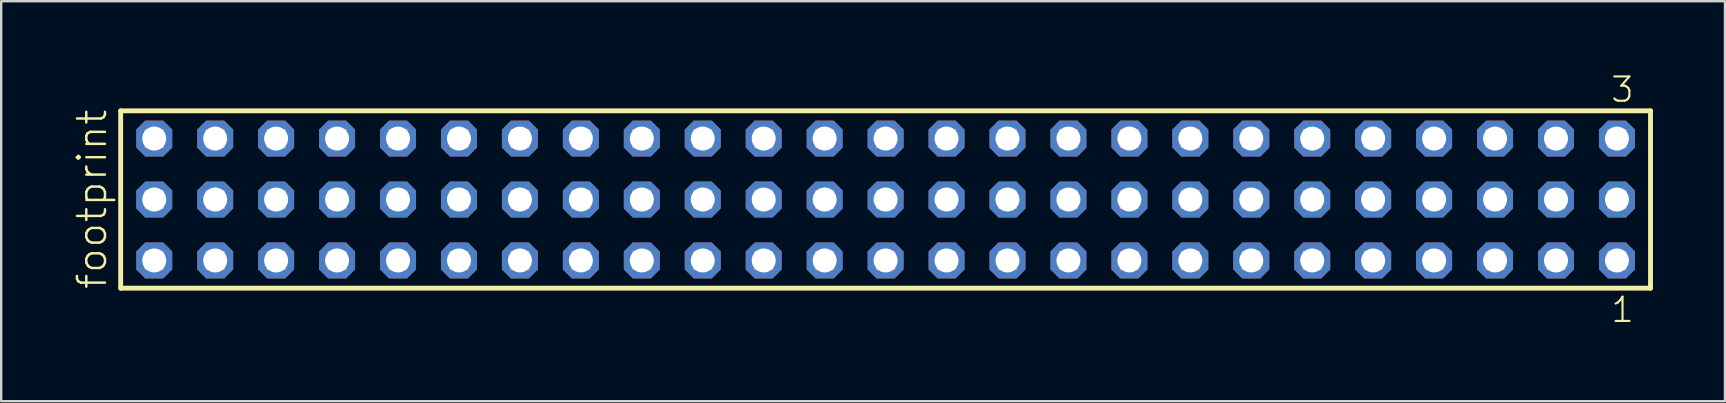
<source format=kicad_pcb>
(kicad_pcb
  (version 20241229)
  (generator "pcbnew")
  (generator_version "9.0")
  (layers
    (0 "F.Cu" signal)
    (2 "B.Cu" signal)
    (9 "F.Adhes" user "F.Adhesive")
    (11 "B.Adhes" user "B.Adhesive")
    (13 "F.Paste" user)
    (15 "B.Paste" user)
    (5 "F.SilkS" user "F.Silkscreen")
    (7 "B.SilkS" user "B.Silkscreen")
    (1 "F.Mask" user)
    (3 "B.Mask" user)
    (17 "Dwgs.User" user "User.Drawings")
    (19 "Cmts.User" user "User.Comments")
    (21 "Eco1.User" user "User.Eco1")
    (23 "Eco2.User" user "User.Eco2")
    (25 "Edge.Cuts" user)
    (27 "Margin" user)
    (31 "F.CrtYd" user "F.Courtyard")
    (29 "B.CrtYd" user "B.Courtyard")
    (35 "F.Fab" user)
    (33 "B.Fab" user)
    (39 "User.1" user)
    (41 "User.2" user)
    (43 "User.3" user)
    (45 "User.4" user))
  (footprint "footprint"
    (layer "F.Cu")
    (at 33.858 5.265)
    (property "Reference" "footprint" (at -32.385 3.81 90) (layer "F.SilkS") (effects (font (size 1.168 1.168) (thickness 0.102)) (justify left bottom)))
    (fp_line (start -31.879 -3.695) (end 31.879 -3.695) (stroke (width 0.203) (type solid)) (layer "F.SilkS"))
    (fp_line (start -31.879 3.695) (end -31.879 -3.695) (stroke (width 0.203) (type solid)) (layer "F.SilkS"))
    (fp_line (start 31.879 -3.695) (end 31.879 3.695) (stroke (width 0.203) (type solid)) (layer "F.SilkS"))
    (fp_line (start 31.879 3.695) (end -31.879 3.695) (stroke (width 0.203) (type solid)) (layer "F.SilkS"))
    (fp_poly (pts (xy -30.83 -2.19) (xy -30.13 -2.19) (xy -30.13 -2.89) (xy -30.83 -2.89)) (stroke (width 0.1) (type solid)) (fill no) (layer "F.Fab"))
    (fp_poly (pts (xy -30.83 0.35) (xy -30.13 0.35) (xy -30.13 -0.35) (xy -30.83 -0.35)) (stroke (width 0.1) (type solid)) (fill no) (layer "F.Fab"))
    (fp_poly (pts (xy -30.83 2.89) (xy -30.13 2.89) (xy -30.13 2.19) (xy -30.83 2.19)) (stroke (width 0.1) (type solid)) (fill no) (layer "F.Fab"))
    (fp_poly (pts (xy -28.29 -2.19) (xy -27.59 -2.19) (xy -27.59 -2.89) (xy -28.29 -2.89)) (stroke (width 0.1) (type solid)) (fill no) (layer "F.Fab"))
    (fp_poly (pts (xy -28.29 0.35) (xy -27.59 0.35) (xy -27.59 -0.35) (xy -28.29 -0.35)) (stroke (width 0.1) (type solid)) (fill no) (layer "F.Fab"))
    (fp_poly (pts (xy -28.29 2.89) (xy -27.59 2.89) (xy -27.59 2.19) (xy -28.29 2.19)) (stroke (width 0.1) (type solid)) (fill no) (layer "F.Fab"))
    (fp_poly (pts (xy -25.75 -2.19) (xy -25.05 -2.19) (xy -25.05 -2.89) (xy -25.75 -2.89)) (stroke (width 0.1) (type solid)) (fill no) (layer "F.Fab"))
    (fp_poly (pts (xy -25.75 0.35) (xy -25.05 0.35) (xy -25.05 -0.35) (xy -25.75 -0.35)) (stroke (width 0.1) (type solid)) (fill no) (layer "F.Fab"))
    (fp_poly (pts (xy -25.75 2.89) (xy -25.05 2.89) (xy -25.05 2.19) (xy -25.75 2.19)) (stroke (width 0.1) (type solid)) (fill no) (layer "F.Fab"))
    (fp_poly (pts (xy -23.21 -2.19) (xy -22.51 -2.19) (xy -22.51 -2.89) (xy -23.21 -2.89)) (stroke (width 0.1) (type solid)) (fill no) (layer "F.Fab"))
    (fp_poly (pts (xy -23.21 0.35) (xy -22.51 0.35) (xy -22.51 -0.35) (xy -23.21 -0.35)) (stroke (width 0.1) (type solid)) (fill no) (layer "F.Fab"))
    (fp_poly (pts (xy -23.21 2.89) (xy -22.51 2.89) (xy -22.51 2.19) (xy -23.21 2.19)) (stroke (width 0.1) (type solid)) (fill no) (layer "F.Fab"))
    (fp_poly (pts (xy -20.67 -2.19) (xy -19.97 -2.19) (xy -19.97 -2.89) (xy -20.67 -2.89)) (stroke (width 0.1) (type solid)) (fill no) (layer "F.Fab"))
    (fp_poly (pts (xy -20.67 0.35) (xy -19.97 0.35) (xy -19.97 -0.35) (xy -20.67 -0.35)) (stroke (width 0.1) (type solid)) (fill no) (layer "F.Fab"))
    (fp_poly (pts (xy -20.67 2.89) (xy -19.97 2.89) (xy -19.97 2.19) (xy -20.67 2.19)) (stroke (width 0.1) (type solid)) (fill no) (layer "F.Fab"))
    (fp_poly (pts (xy -18.13 -2.19) (xy -17.43 -2.19) (xy -17.43 -2.89) (xy -18.13 -2.89)) (stroke (width 0.1) (type solid)) (fill no) (layer "F.Fab"))
    (fp_poly (pts (xy -18.13 0.35) (xy -17.43 0.35) (xy -17.43 -0.35) (xy -18.13 -0.35)) (stroke (width 0.1) (type solid)) (fill no) (layer "F.Fab"))
    (fp_poly (pts (xy -18.13 2.89) (xy -17.43 2.89) (xy -17.43 2.19) (xy -18.13 2.19)) (stroke (width 0.1) (type solid)) (fill no) (layer "F.Fab"))
    (fp_poly (pts (xy -15.59 -2.19) (xy -14.89 -2.19) (xy -14.89 -2.89) (xy -15.59 -2.89)) (stroke (width 0.1) (type solid)) (fill no) (layer "F.Fab"))
    (fp_poly (pts (xy -15.59 0.35) (xy -14.89 0.35) (xy -14.89 -0.35) (xy -15.59 -0.35)) (stroke (width 0.1) (type solid)) (fill no) (layer "F.Fab"))
    (fp_poly (pts (xy -15.59 2.89) (xy -14.89 2.89) (xy -14.89 2.19) (xy -15.59 2.19)) (stroke (width 0.1) (type solid)) (fill no) (layer "F.Fab"))
    (fp_poly (pts (xy -13.05 -2.19) (xy -12.35 -2.19) (xy -12.35 -2.89) (xy -13.05 -2.89)) (stroke (width 0.1) (type solid)) (fill no) (layer "F.Fab"))
    (fp_poly (pts (xy -13.05 0.35) (xy -12.35 0.35) (xy -12.35 -0.35) (xy -13.05 -0.35)) (stroke (width 0.1) (type solid)) (fill no) (layer "F.Fab"))
    (fp_poly (pts (xy -13.05 2.89) (xy -12.35 2.89) (xy -12.35 2.19) (xy -13.05 2.19)) (stroke (width 0.1) (type solid)) (fill no) (layer "F.Fab"))
    (fp_poly (pts (xy -10.51 -2.19) (xy -9.81 -2.19) (xy -9.81 -2.89) (xy -10.51 -2.89)) (stroke (width 0.1) (type solid)) (fill no) (layer "F.Fab"))
    (fp_poly (pts (xy -10.51 0.35) (xy -9.81 0.35) (xy -9.81 -0.35) (xy -10.51 -0.35)) (stroke (width 0.1) (type solid)) (fill no) (layer "F.Fab"))
    (fp_poly (pts (xy -10.51 2.89) (xy -9.81 2.89) (xy -9.81 2.19) (xy -10.51 2.19)) (stroke (width 0.1) (type solid)) (fill no) (layer "F.Fab"))
    (fp_poly (pts (xy -7.97 -2.19) (xy -7.27 -2.19) (xy -7.27 -2.89) (xy -7.97 -2.89)) (stroke (width 0.1) (type solid)) (fill no) (layer "F.Fab"))
    (fp_poly (pts (xy -7.97 0.35) (xy -7.27 0.35) (xy -7.27 -0.35) (xy -7.97 -0.35)) (stroke (width 0.1) (type solid)) (fill no) (layer "F.Fab"))
    (fp_poly (pts (xy -7.97 2.89) (xy -7.27 2.89) (xy -7.27 2.19) (xy -7.97 2.19)) (stroke (width 0.1) (type solid)) (fill no) (layer "F.Fab"))
    (fp_poly (pts (xy -5.43 -2.19) (xy -4.73 -2.19) (xy -4.73 -2.89) (xy -5.43 -2.89)) (stroke (width 0.1) (type solid)) (fill no) (layer "F.Fab"))
    (fp_poly (pts (xy -5.43 0.35) (xy -4.73 0.35) (xy -4.73 -0.35) (xy -5.43 -0.35)) (stroke (width 0.1) (type solid)) (fill no) (layer "F.Fab"))
    (fp_poly (pts (xy -5.43 2.89) (xy -4.73 2.89) (xy -4.73 2.19) (xy -5.43 2.19)) (stroke (width 0.1) (type solid)) (fill no) (layer "F.Fab"))
    (fp_poly (pts (xy -2.89 -2.19) (xy -2.19 -2.19) (xy -2.19 -2.89) (xy -2.89 -2.89)) (stroke (width 0.1) (type solid)) (fill no) (layer "F.Fab"))
    (fp_poly (pts (xy -2.89 0.35) (xy -2.19 0.35) (xy -2.19 -0.35) (xy -2.89 -0.35)) (stroke (width 0.1) (type solid)) (fill no) (layer "F.Fab"))
    (fp_poly (pts (xy -2.89 2.89) (xy -2.19 2.89) (xy -2.19 2.19) (xy -2.89 2.19)) (stroke (width 0.1) (type solid)) (fill no) (layer "F.Fab"))
    (fp_poly (pts (xy -0.35 -2.19) (xy 0.35 -2.19) (xy 0.35 -2.89) (xy -0.35 -2.89)) (stroke (width 0.1) (type solid)) (fill no) (layer "F.Fab"))
    (fp_poly (pts (xy -0.35 0.35) (xy 0.35 0.35) (xy 0.35 -0.35) (xy -0.35 -0.35)) (stroke (width 0.1) (type solid)) (fill no) (layer "F.Fab"))
    (fp_poly (pts (xy -0.35 2.89) (xy 0.35 2.89) (xy 0.35 2.19) (xy -0.35 2.19)) (stroke (width 0.1) (type solid)) (fill no) (layer "F.Fab"))
    (fp_poly (pts (xy 2.19 -2.19) (xy 2.89 -2.19) (xy 2.89 -2.89) (xy 2.19 -2.89)) (stroke (width 0.1) (type solid)) (fill no) (layer "F.Fab"))
    (fp_poly (pts (xy 2.19 0.35) (xy 2.89 0.35) (xy 2.89 -0.35) (xy 2.19 -0.35)) (stroke (width 0.1) (type solid)) (fill no) (layer "F.Fab"))
    (fp_poly (pts (xy 2.19 2.89) (xy 2.89 2.89) (xy 2.89 2.19) (xy 2.19 2.19)) (stroke (width 0.1) (type solid)) (fill no) (layer "F.Fab"))
    (fp_poly (pts (xy 4.73 -2.19) (xy 5.43 -2.19) (xy 5.43 -2.89) (xy 4.73 -2.89)) (stroke (width 0.1) (type solid)) (fill no) (layer "F.Fab"))
    (fp_poly (pts (xy 4.73 0.35) (xy 5.43 0.35) (xy 5.43 -0.35) (xy 4.73 -0.35)) (stroke (width 0.1) (type solid)) (fill no) (layer "F.Fab"))
    (fp_poly (pts (xy 4.73 2.89) (xy 5.43 2.89) (xy 5.43 2.19) (xy 4.73 2.19)) (stroke (width 0.1) (type solid)) (fill no) (layer "F.Fab"))
    (fp_poly (pts (xy 7.27 -2.19) (xy 7.97 -2.19) (xy 7.97 -2.89) (xy 7.27 -2.89)) (stroke (width 0.1) (type solid)) (fill no) (layer "F.Fab"))
    (fp_poly (pts (xy 7.27 0.35) (xy 7.97 0.35) (xy 7.97 -0.35) (xy 7.27 -0.35)) (stroke (width 0.1) (type solid)) (fill no) (layer "F.Fab"))
    (fp_poly (pts (xy 7.27 2.89) (xy 7.97 2.89) (xy 7.97 2.19) (xy 7.27 2.19)) (stroke (width 0.1) (type solid)) (fill no) (layer "F.Fab"))
    (fp_poly (pts (xy 9.81 -2.19) (xy 10.51 -2.19) (xy 10.51 -2.89) (xy 9.81 -2.89)) (stroke (width 0.1) (type solid)) (fill no) (layer "F.Fab"))
    (fp_poly (pts (xy 9.81 0.35) (xy 10.51 0.35) (xy 10.51 -0.35) (xy 9.81 -0.35)) (stroke (width 0.1) (type solid)) (fill no) (layer "F.Fab"))
    (fp_poly (pts (xy 9.81 2.89) (xy 10.51 2.89) (xy 10.51 2.19) (xy 9.81 2.19)) (stroke (width 0.1) (type solid)) (fill no) (layer "F.Fab"))
    (fp_poly (pts (xy 12.35 -2.19) (xy 13.05 -2.19) (xy 13.05 -2.89) (xy 12.35 -2.89)) (stroke (width 0.1) (type solid)) (fill no) (layer "F.Fab"))
    (fp_poly (pts (xy 12.35 0.35) (xy 13.05 0.35) (xy 13.05 -0.35) (xy 12.35 -0.35)) (stroke (width 0.1) (type solid)) (fill no) (layer "F.Fab"))
    (fp_poly (pts (xy 12.35 2.89) (xy 13.05 2.89) (xy 13.05 2.19) (xy 12.35 2.19)) (stroke (width 0.1) (type solid)) (fill no) (layer "F.Fab"))
    (fp_poly (pts (xy 14.89 -2.19) (xy 15.59 -2.19) (xy 15.59 -2.89) (xy 14.89 -2.89)) (stroke (width 0.1) (type solid)) (fill no) (layer "F.Fab"))
    (fp_poly (pts (xy 14.89 0.35) (xy 15.59 0.35) (xy 15.59 -0.35) (xy 14.89 -0.35)) (stroke (width 0.1) (type solid)) (fill no) (layer "F.Fab"))
    (fp_poly (pts (xy 14.89 2.89) (xy 15.59 2.89) (xy 15.59 2.19) (xy 14.89 2.19)) (stroke (width 0.1) (type solid)) (fill no) (layer "F.Fab"))
    (fp_poly (pts (xy 17.43 -2.19) (xy 18.13 -2.19) (xy 18.13 -2.89) (xy 17.43 -2.89)) (stroke (width 0.1) (type solid)) (fill no) (layer "F.Fab"))
    (fp_poly (pts (xy 17.43 0.35) (xy 18.13 0.35) (xy 18.13 -0.35) (xy 17.43 -0.35)) (stroke (width 0.1) (type solid)) (fill no) (layer "F.Fab"))
    (fp_poly (pts (xy 17.43 2.89) (xy 18.13 2.89) (xy 18.13 2.19) (xy 17.43 2.19)) (stroke (width 0.1) (type solid)) (fill no) (layer "F.Fab"))
    (fp_poly (pts (xy 19.97 -2.19) (xy 20.67 -2.19) (xy 20.67 -2.89) (xy 19.97 -2.89)) (stroke (width 0.1) (type solid)) (fill no) (layer "F.Fab"))
    (fp_poly (pts (xy 19.97 0.35) (xy 20.67 0.35) (xy 20.67 -0.35) (xy 19.97 -0.35)) (stroke (width 0.1) (type solid)) (fill no) (layer "F.Fab"))
    (fp_poly (pts (xy 19.97 2.89) (xy 20.67 2.89) (xy 20.67 2.19) (xy 19.97 2.19)) (stroke (width 0.1) (type solid)) (fill no) (layer "F.Fab"))
    (fp_poly (pts (xy 22.51 -2.19) (xy 23.21 -2.19) (xy 23.21 -2.89) (xy 22.51 -2.89)) (stroke (width 0.1) (type solid)) (fill no) (layer "F.Fab"))
    (fp_poly (pts (xy 22.51 0.35) (xy 23.21 0.35) (xy 23.21 -0.35) (xy 22.51 -0.35)) (stroke (width 0.1) (type solid)) (fill no) (layer "F.Fab"))
    (fp_poly (pts (xy 22.51 2.89) (xy 23.21 2.89) (xy 23.21 2.19) (xy 22.51 2.19)) (stroke (width 0.1) (type solid)) (fill no) (layer "F.Fab"))
    (fp_poly (pts (xy 25.05 -2.19) (xy 25.75 -2.19) (xy 25.75 -2.89) (xy 25.05 -2.89)) (stroke (width 0.1) (type solid)) (fill no) (layer "F.Fab"))
    (fp_poly (pts (xy 25.05 0.35) (xy 25.75 0.35) (xy 25.75 -0.35) (xy 25.05 -0.35)) (stroke (width 0.1) (type solid)) (fill no) (layer "F.Fab"))
    (fp_poly (pts (xy 25.05 2.89) (xy 25.75 2.89) (xy 25.75 2.19) (xy 25.05 2.19)) (stroke (width 0.1) (type solid)) (fill no) (layer "F.Fab"))
    (fp_poly (pts (xy 27.59 -2.19) (xy 28.29 -2.19) (xy 28.29 -2.89) (xy 27.59 -2.89)) (stroke (width 0.1) (type solid)) (fill no) (layer "F.Fab"))
    (fp_poly (pts (xy 27.59 0.35) (xy 28.29 0.35) (xy 28.29 -0.35) (xy 27.59 -0.35)) (stroke (width 0.1) (type solid)) (fill no) (layer "F.Fab"))
    (fp_poly (pts (xy 27.59 2.89) (xy 28.29 2.89) (xy 28.29 2.19) (xy 27.59 2.19)) (stroke (width 0.1) (type solid)) (fill no) (layer "F.Fab"))
    (fp_poly (pts (xy 30.13 -2.19) (xy 30.83 -2.19) (xy 30.83 -2.89) (xy 30.13 -2.89)) (stroke (width 0.1) (type solid)) (fill no) (layer "F.Fab"))
    (fp_poly (pts (xy 30.13 0.35) (xy 30.83 0.35) (xy 30.83 -0.35) (xy 30.13 -0.35)) (stroke (width 0.1) (type solid)) (fill no) (layer "F.Fab"))
    (fp_poly (pts (xy 30.13 2.89) (xy 30.83 2.89) (xy 30.83 2.19) (xy 30.13 2.19)) (stroke (width 0.1) (type solid)) (fill no) (layer "F.Fab"))
    (fp_text user "1" (at 30.172 5.188 0) (layer "F.SilkS") (effects (font (size 1.012 1.012) (thickness 0.088)) (justify left bottom)))
    (fp_text user "3" (at 30.168 -3.989 0) (layer "F.SilkS") (effects (font (size 1.012 1.012) (thickness 0.088)) (justify left bottom)))
    (pad "1" thru_hole roundrect (at 30.48 2.54 180) (size 1.5 1.5) (drill 1) (layers "*.Cu" "*.Mask") (roundrect_rratio 0.25) (chamfer_ratio 0.25) (chamfer top_left top_right bottom_left bottom_right))
    (pad "2" thru_hole roundrect (at 30.48 0 180) (size 1.5 1.5) (drill 1) (layers "*.Cu" "*.Mask") (roundrect_rratio 0.25) (chamfer_ratio 0.25) (chamfer top_left top_right bottom_left bottom_right))
    (pad "3" thru_hole roundrect (at 30.48 -2.54 180) (size 1.5 1.5) (drill 1) (layers "*.Cu" "*.Mask") (roundrect_rratio 0.25) (chamfer_ratio 0.25) (chamfer top_left top_right bottom_left bottom_right))
    (pad "4" thru_hole roundrect (at 27.94 2.54 180) (size 1.5 1.5) (drill 1) (layers "*.Cu" "*.Mask") (roundrect_rratio 0.25) (chamfer_ratio 0.25) (chamfer top_left top_right bottom_left bottom_right))
    (pad "5" thru_hole roundrect (at 27.94 0 180) (size 1.5 1.5) (drill 1) (layers "*.Cu" "*.Mask") (roundrect_rratio 0.25) (chamfer_ratio 0.25) (chamfer top_left top_right bottom_left bottom_right))
    (pad "6" thru_hole roundrect (at 27.94 -2.54 180) (size 1.5 1.5) (drill 1) (layers "*.Cu" "*.Mask") (roundrect_rratio 0.25) (chamfer_ratio 0.25) (chamfer top_left top_right bottom_left bottom_right))
    (pad "7" thru_hole roundrect (at 25.4 2.54 180) (size 1.5 1.5) (drill 1) (layers "*.Cu" "*.Mask") (roundrect_rratio 0.25) (chamfer_ratio 0.25) (chamfer top_left top_right bottom_left bottom_right))
    (pad "8" thru_hole roundrect (at 25.4 0 180) (size 1.5 1.5) (drill 1) (layers "*.Cu" "*.Mask") (roundrect_rratio 0.25) (chamfer_ratio 0.25) (chamfer top_left top_right bottom_left bottom_right))
    (pad "9" thru_hole roundrect (at 25.4 -2.54 180) (size 1.5 1.5) (drill 1) (layers "*.Cu" "*.Mask") (roundrect_rratio 0.25) (chamfer_ratio 0.25) (chamfer top_left top_right bottom_left bottom_right))
    (pad "10" thru_hole roundrect (at 22.86 2.54 180) (size 1.5 1.5) (drill 1) (layers "*.Cu" "*.Mask") (roundrect_rratio 0.25) (chamfer_ratio 0.25) (chamfer top_left top_right bottom_left bottom_right))
    (pad "11" thru_hole roundrect (at 22.86 0 180) (size 1.5 1.5) (drill 1) (layers "*.Cu" "*.Mask") (roundrect_rratio 0.25) (chamfer_ratio 0.25) (chamfer top_left top_right bottom_left bottom_right))
    (pad "12" thru_hole roundrect (at 22.86 -2.54 180) (size 1.5 1.5) (drill 1) (layers "*.Cu" "*.Mask") (roundrect_rratio 0.25) (chamfer_ratio 0.25) (chamfer top_left top_right bottom_left bottom_right))
    (pad "13" thru_hole roundrect (at 20.32 2.54 180) (size 1.5 1.5) (drill 1) (layers "*.Cu" "*.Mask") (roundrect_rratio 0.25) (chamfer_ratio 0.25) (chamfer top_left top_right bottom_left bottom_right))
    (pad "14" thru_hole roundrect (at 20.32 0 180) (size 1.5 1.5) (drill 1) (layers "*.Cu" "*.Mask") (roundrect_rratio 0.25) (chamfer_ratio 0.25) (chamfer top_left top_right bottom_left bottom_right))
    (pad "15" thru_hole roundrect (at 20.32 -2.54 180) (size 1.5 1.5) (drill 1) (layers "*.Cu" "*.Mask") (roundrect_rratio 0.25) (chamfer_ratio 0.25) (chamfer top_left top_right bottom_left bottom_right))
    (pad "16" thru_hole roundrect (at 17.78 2.54 180) (size 1.5 1.5) (drill 1) (layers "*.Cu" "*.Mask") (roundrect_rratio 0.25) (chamfer_ratio 0.25) (chamfer top_left top_right bottom_left bottom_right))
    (pad "17" thru_hole roundrect (at 17.78 0 180) (size 1.5 1.5) (drill 1) (layers "*.Cu" "*.Mask") (roundrect_rratio 0.25) (chamfer_ratio 0.25) (chamfer top_left top_right bottom_left bottom_right))
    (pad "18" thru_hole roundrect (at 17.78 -2.54 180) (size 1.5 1.5) (drill 1) (layers "*.Cu" "*.Mask") (roundrect_rratio 0.25) (chamfer_ratio 0.25) (chamfer top_left top_right bottom_left bottom_right))
    (pad "19" thru_hole roundrect (at 15.24 2.54 180) (size 1.5 1.5) (drill 1) (layers "*.Cu" "*.Mask") (roundrect_rratio 0.25) (chamfer_ratio 0.25) (chamfer top_left top_right bottom_left bottom_right))
    (pad "20" thru_hole roundrect (at 15.24 0 180) (size 1.5 1.5) (drill 1) (layers "*.Cu" "*.Mask") (roundrect_rratio 0.25) (chamfer_ratio 0.25) (chamfer top_left top_right bottom_left bottom_right))
    (pad "21" thru_hole roundrect (at 15.24 -2.54 180) (size 1.5 1.5) (drill 1) (layers "*.Cu" "*.Mask") (roundrect_rratio 0.25) (chamfer_ratio 0.25) (chamfer top_left top_right bottom_left bottom_right))
    (pad "22" thru_hole roundrect (at 12.7 2.54 180) (size 1.5 1.5) (drill 1) (layers "*.Cu" "*.Mask") (roundrect_rratio 0.25) (chamfer_ratio 0.25) (chamfer top_left top_right bottom_left bottom_right))
    (pad "23" thru_hole roundrect (at 12.7 0 180) (size 1.5 1.5) (drill 1) (layers "*.Cu" "*.Mask") (roundrect_rratio 0.25) (chamfer_ratio 0.25) (chamfer top_left top_right bottom_left bottom_right))
    (pad "24" thru_hole roundrect (at 12.7 -2.54 180) (size 1.5 1.5) (drill 1) (layers "*.Cu" "*.Mask") (roundrect_rratio 0.25) (chamfer_ratio 0.25) (chamfer top_left top_right bottom_left bottom_right))
    (pad "25" thru_hole roundrect (at 10.16 2.54 180) (size 1.5 1.5) (drill 1) (layers "*.Cu" "*.Mask") (roundrect_rratio 0.25) (chamfer_ratio 0.25) (chamfer top_left top_right bottom_left bottom_right))
    (pad "26" thru_hole roundrect (at 10.16 0 180) (size 1.5 1.5) (drill 1) (layers "*.Cu" "*.Mask") (roundrect_rratio 0.25) (chamfer_ratio 0.25) (chamfer top_left top_right bottom_left bottom_right))
    (pad "27" thru_hole roundrect (at 10.16 -2.54 180) (size 1.5 1.5) (drill 1) (layers "*.Cu" "*.Mask") (roundrect_rratio 0.25) (chamfer_ratio 0.25) (chamfer top_left top_right bottom_left bottom_right))
    (pad "28" thru_hole roundrect (at 7.62 2.54 180) (size 1.5 1.5) (drill 1) (layers "*.Cu" "*.Mask") (roundrect_rratio 0.25) (chamfer_ratio 0.25) (chamfer top_left top_right bottom_left bottom_right))
    (pad "29" thru_hole roundrect (at 7.62 0 180) (size 1.5 1.5) (drill 1) (layers "*.Cu" "*.Mask") (roundrect_rratio 0.25) (chamfer_ratio 0.25) (chamfer top_left top_right bottom_left bottom_right))
    (pad "30" thru_hole roundrect (at 7.62 -2.54 180) (size 1.5 1.5) (drill 1) (layers "*.Cu" "*.Mask") (roundrect_rratio 0.25) (chamfer_ratio 0.25) (chamfer top_left top_right bottom_left bottom_right))
    (pad "31" thru_hole roundrect (at 5.08 2.54 180) (size 1.5 1.5) (drill 1) (layers "*.Cu" "*.Mask") (roundrect_rratio 0.25) (chamfer_ratio 0.25) (chamfer top_left top_right bottom_left bottom_right))
    (pad "32" thru_hole roundrect (at 5.08 0 180) (size 1.5 1.5) (drill 1) (layers "*.Cu" "*.Mask") (roundrect_rratio 0.25) (chamfer_ratio 0.25) (chamfer top_left top_right bottom_left bottom_right))
    (pad "33" thru_hole roundrect (at 5.08 -2.54 180) (size 1.5 1.5) (drill 1) (layers "*.Cu" "*.Mask") (roundrect_rratio 0.25) (chamfer_ratio 0.25) (chamfer top_left top_right bottom_left bottom_right))
    (pad "34" thru_hole roundrect (at 2.54 2.54 180) (size 1.5 1.5) (drill 1) (layers "*.Cu" "*.Mask") (roundrect_rratio 0.25) (chamfer_ratio 0.25) (chamfer top_left top_right bottom_left bottom_right))
    (pad "35" thru_hole roundrect (at 2.54 0 180) (size 1.5 1.5) (drill 1) (layers "*.Cu" "*.Mask") (roundrect_rratio 0.25) (chamfer_ratio 0.25) (chamfer top_left top_right bottom_left bottom_right))
    (pad "36" thru_hole roundrect (at 2.54 -2.54 180) (size 1.5 1.5) (drill 1) (layers "*.Cu" "*.Mask") (roundrect_rratio 0.25) (chamfer_ratio 0.25) (chamfer top_left top_right bottom_left bottom_right))
    (pad "37" thru_hole roundrect (at 0 2.54 180) (size 1.5 1.5) (drill 1) (layers "*.Cu" "*.Mask") (roundrect_rratio 0.25) (chamfer_ratio 0.25) (chamfer top_left top_right bottom_left bottom_right))
    (pad "38" thru_hole roundrect (at 0 0 180) (size 1.5 1.5) (drill 1) (layers "*.Cu" "*.Mask") (roundrect_rratio 0.25) (chamfer_ratio 0.25) (chamfer top_left top_right bottom_left bottom_right))
    (pad "39" thru_hole roundrect (at 0 -2.54 180) (size 1.5 1.5) (drill 1) (layers "*.Cu" "*.Mask") (roundrect_rratio 0.25) (chamfer_ratio 0.25) (chamfer top_left top_right bottom_left bottom_right))
    (pad "40" thru_hole roundrect (at -2.54 2.54 180) (size 1.5 1.5) (drill 1) (layers "*.Cu" "*.Mask") (roundrect_rratio 0.25) (chamfer_ratio 0.25) (chamfer top_left top_right bottom_left bottom_right))
    (pad "41" thru_hole roundrect (at -2.54 0 180) (size 1.5 1.5) (drill 1) (layers "*.Cu" "*.Mask") (roundrect_rratio 0.25) (chamfer_ratio 0.25) (chamfer top_left top_right bottom_left bottom_right))
    (pad "42" thru_hole roundrect (at -2.54 -2.54 180) (size 1.5 1.5) (drill 1) (layers "*.Cu" "*.Mask") (roundrect_rratio 0.25) (chamfer_ratio 0.25) (chamfer top_left top_right bottom_left bottom_right))
    (pad "43" thru_hole roundrect (at -5.08 2.54 180) (size 1.5 1.5) (drill 1) (layers "*.Cu" "*.Mask") (roundrect_rratio 0.25) (chamfer_ratio 0.25) (chamfer top_left top_right bottom_left bottom_right))
    (pad "44" thru_hole roundrect (at -5.08 0 180) (size 1.5 1.5) (drill 1) (layers "*.Cu" "*.Mask") (roundrect_rratio 0.25) (chamfer_ratio 0.25) (chamfer top_left top_right bottom_left bottom_right))
    (pad "45" thru_hole roundrect (at -5.08 -2.54 180) (size 1.5 1.5) (drill 1) (layers "*.Cu" "*.Mask") (roundrect_rratio 0.25) (chamfer_ratio 0.25) (chamfer top_left top_right bottom_left bottom_right))
    (pad "46" thru_hole roundrect (at -7.62 2.54 180) (size 1.5 1.5) (drill 1) (layers "*.Cu" "*.Mask") (roundrect_rratio 0.25) (chamfer_ratio 0.25) (chamfer top_left top_right bottom_left bottom_right))
    (pad "47" thru_hole roundrect (at -7.62 0 180) (size 1.5 1.5) (drill 1) (layers "*.Cu" "*.Mask") (roundrect_rratio 0.25) (chamfer_ratio 0.25) (chamfer top_left top_right bottom_left bottom_right))
    (pad "48" thru_hole roundrect (at -7.62 -2.54 180) (size 1.5 1.5) (drill 1) (layers "*.Cu" "*.Mask") (roundrect_rratio 0.25) (chamfer_ratio 0.25) (chamfer top_left top_right bottom_left bottom_right))
    (pad "49" thru_hole roundrect (at -10.16 2.54 180) (size 1.5 1.5) (drill 1) (layers "*.Cu" "*.Mask") (roundrect_rratio 0.25) (chamfer_ratio 0.25) (chamfer top_left top_right bottom_left bottom_right))
    (pad "50" thru_hole roundrect (at -10.16 0 180) (size 1.5 1.5) (drill 1) (layers "*.Cu" "*.Mask") (roundrect_rratio 0.25) (chamfer_ratio 0.25) (chamfer top_left top_right bottom_left bottom_right))
    (pad "51" thru_hole roundrect (at -10.16 -2.54 180) (size 1.5 1.5) (drill 1) (layers "*.Cu" "*.Mask") (roundrect_rratio 0.25) (chamfer_ratio 0.25) (chamfer top_left top_right bottom_left bottom_right))
    (pad "52" thru_hole roundrect (at -12.7 2.54 180) (size 1.5 1.5) (drill 1) (layers "*.Cu" "*.Mask") (roundrect_rratio 0.25) (chamfer_ratio 0.25) (chamfer top_left top_right bottom_left bottom_right))
    (pad "53" thru_hole roundrect (at -12.7 0 180) (size 1.5 1.5) (drill 1) (layers "*.Cu" "*.Mask") (roundrect_rratio 0.25) (chamfer_ratio 0.25) (chamfer top_left top_right bottom_left bottom_right))
    (pad "54" thru_hole roundrect (at -12.7 -2.54 180) (size 1.5 1.5) (drill 1) (layers "*.Cu" "*.Mask") (roundrect_rratio 0.25) (chamfer_ratio 0.25) (chamfer top_left top_right bottom_left bottom_right))
    (pad "55" thru_hole roundrect (at -15.24 2.54 180) (size 1.5 1.5) (drill 1) (layers "*.Cu" "*.Mask") (roundrect_rratio 0.25) (chamfer_ratio 0.25) (chamfer top_left top_right bottom_left bottom_right))
    (pad "56" thru_hole roundrect (at -15.24 0 180) (size 1.5 1.5) (drill 1) (layers "*.Cu" "*.Mask") (roundrect_rratio 0.25) (chamfer_ratio 0.25) (chamfer top_left top_right bottom_left bottom_right))
    (pad "57" thru_hole roundrect (at -15.24 -2.54 180) (size 1.5 1.5) (drill 1) (layers "*.Cu" "*.Mask") (roundrect_rratio 0.25) (chamfer_ratio 0.25) (chamfer top_left top_right bottom_left bottom_right))
    (pad "58" thru_hole roundrect (at -17.78 2.54 180) (size 1.5 1.5) (drill 1) (layers "*.Cu" "*.Mask") (roundrect_rratio 0.25) (chamfer_ratio 0.25) (chamfer top_left top_right bottom_left bottom_right))
    (pad "59" thru_hole roundrect (at -17.78 0 180) (size 1.5 1.5) (drill 1) (layers "*.Cu" "*.Mask") (roundrect_rratio 0.25) (chamfer_ratio 0.25) (chamfer top_left top_right bottom_left bottom_right))
    (pad "60" thru_hole roundrect (at -17.78 -2.54 180) (size 1.5 1.5) (drill 1) (layers "*.Cu" "*.Mask") (roundrect_rratio 0.25) (chamfer_ratio 0.25) (chamfer top_left top_right bottom_left bottom_right))
    (pad "61" thru_hole roundrect (at -20.32 2.54 180) (size 1.5 1.5) (drill 1) (layers "*.Cu" "*.Mask") (roundrect_rratio 0.25) (chamfer_ratio 0.25) (chamfer top_left top_right bottom_left bottom_right))
    (pad "62" thru_hole roundrect (at -20.32 0 180) (size 1.5 1.5) (drill 1) (layers "*.Cu" "*.Mask") (roundrect_rratio 0.25) (chamfer_ratio 0.25) (chamfer top_left top_right bottom_left bottom_right))
    (pad "63" thru_hole roundrect (at -20.32 -2.54 180) (size 1.5 1.5) (drill 1) (layers "*.Cu" "*.Mask") (roundrect_rratio 0.25) (chamfer_ratio 0.25) (chamfer top_left top_right bottom_left bottom_right))
    (pad "64" thru_hole roundrect (at -22.86 2.54 180) (size 1.5 1.5) (drill 1) (layers "*.Cu" "*.Mask") (roundrect_rratio 0.25) (chamfer_ratio 0.25) (chamfer top_left top_right bottom_left bottom_right))
    (pad "65" thru_hole roundrect (at -22.86 0 180) (size 1.5 1.5) (drill 1) (layers "*.Cu" "*.Mask") (roundrect_rratio 0.25) (chamfer_ratio 0.25) (chamfer top_left top_right bottom_left bottom_right))
    (pad "66" thru_hole roundrect (at -22.86 -2.54 180) (size 1.5 1.5) (drill 1) (layers "*.Cu" "*.Mask") (roundrect_rratio 0.25) (chamfer_ratio 0.25) (chamfer top_left top_right bottom_left bottom_right))
    (pad "67" thru_hole roundrect (at -25.4 2.54 180) (size 1.5 1.5) (drill 1) (layers "*.Cu" "*.Mask") (roundrect_rratio 0.25) (chamfer_ratio 0.25) (chamfer top_left top_right bottom_left bottom_right))
    (pad "68" thru_hole roundrect (at -25.4 0 180) (size 1.5 1.5) (drill 1) (layers "*.Cu" "*.Mask") (roundrect_rratio 0.25) (chamfer_ratio 0.25) (chamfer top_left top_right bottom_left bottom_right))
    (pad "69" thru_hole roundrect (at -25.4 -2.54 180) (size 1.5 1.5) (drill 1) (layers "*.Cu" "*.Mask") (roundrect_rratio 0.25) (chamfer_ratio 0.25) (chamfer top_left top_right bottom_left bottom_right))
    (pad "70" thru_hole roundrect (at -27.94 2.54 180) (size 1.5 1.5) (drill 1) (layers "*.Cu" "*.Mask") (roundrect_rratio 0.25) (chamfer_ratio 0.25) (chamfer top_left top_right bottom_left bottom_right))
    (pad "71" thru_hole roundrect (at -27.94 0 180) (size 1.5 1.5) (drill 1) (layers "*.Cu" "*.Mask") (roundrect_rratio 0.25) (chamfer_ratio 0.25) (chamfer top_left top_right bottom_left bottom_right))
    (pad "72" thru_hole roundrect (at -27.94 -2.54 180) (size 1.5 1.5) (drill 1) (layers "*.Cu" "*.Mask") (roundrect_rratio 0.25) (chamfer_ratio 0.25) (chamfer top_left top_right bottom_left bottom_right))
    (pad "73" thru_hole roundrect (at -30.48 2.54 180) (size 1.5 1.5) (drill 1) (layers "*.Cu" "*.Mask") (roundrect_rratio 0.25) (chamfer_ratio 0.25) (chamfer top_left top_right bottom_left bottom_right))
    (pad "74" thru_hole roundrect (at -30.48 0 180) (size 1.5 1.5) (drill 1) (layers "*.Cu" "*.Mask") (roundrect_rratio 0.25) (chamfer_ratio 0.25) (chamfer top_left top_right bottom_left bottom_right))
    (pad "75" thru_hole roundrect (at -30.48 -2.54 180) (size 1.5 1.5) (drill 1) (layers "*.Cu" "*.Mask") (roundrect_rratio 0.25) (chamfer_ratio 0.25) (chamfer top_left top_right bottom_left bottom_right)))
  (gr_rect
    (start -3 -3)
    (end 68.839 13.67)
    (stroke (width 0.1) (type default))
    (fill no)
    (layer "Edge.Cuts")))
</source>
